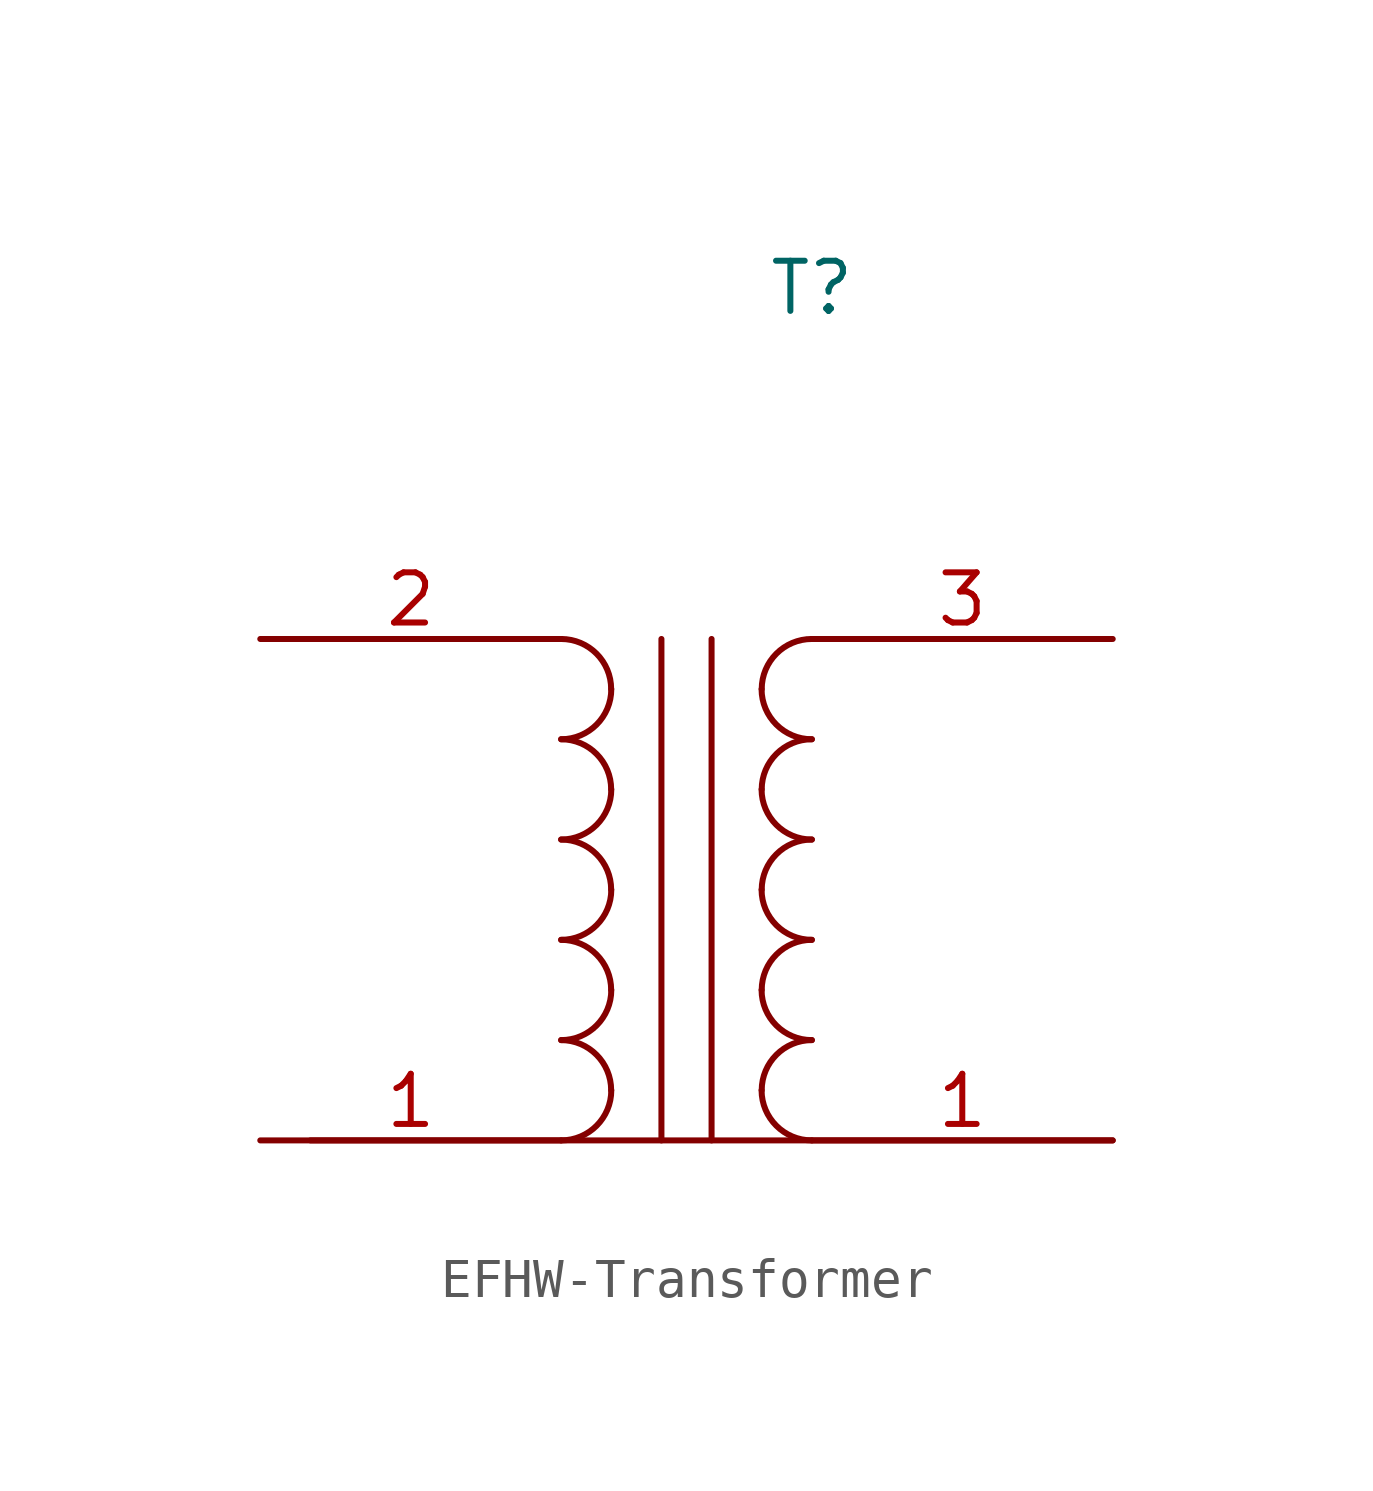
<source format=kicad_sym>
(kicad_symbol_lib
  (version 20231120)
  (generator "kicad_symbol_editor")
  (generator_version "8.0")
  (symbol "EFHW-Transformer"
    (pin_names hide)
    (property "Reference" "T"
      (at 0 0 0)
      (effects (font (size 1.27 1.27))))
    (property "Value" ""
      (at 0 0 0)
      (effects (font (size 1.27 1.27))))
    (symbol "EFHW-Transformer_0_1"
      (arc (start -6.3499 -21.5899) (mid -5.4519 -21.2179) (end -5.0799 -20.3199) (stroke (width 0) (type default)) (fill (type none)))
      (arc (start -6.3499 -19.0499) (mid -5.4519 -18.6779) (end -5.0799 -17.7799) (stroke (width 0) (type default)) (fill (type none)))
      (arc (start -6.3499 -16.5099) (mid -5.4519 -16.1379) (end -5.0799 -15.2399) (stroke (width 0) (type default)) (fill (type none)))
      (arc (start -6.3499 -13.9699) (mid -5.4519 -13.5979) (end -5.0799 -12.6999) (stroke (width 0) (type default)) (fill (type none)))
      (arc (start -6.35 -11.43) (mid -5.452 -11.058) (end -5.08 -10.16) (stroke (width 0) (type default)) (fill (type none)))
      (arc (start -5.0799 -20.3199) (mid -5.4519 -19.4219) (end -6.3499 -19.0499) (stroke (width 0) (type default)) (fill (type none)))
      (arc (start -5.0799 -17.7799) (mid -5.4519 -16.8819) (end -6.3499 -16.5099) (stroke (width 0) (type default)) (fill (type none)))
      (arc (start -5.0799 -15.2399) (mid -5.4519 -14.3419) (end -6.3499 -13.9699) (stroke (width 0) (type default)) (fill (type none)))
      (arc (start -5.0799 -12.6999) (mid -5.4519 -11.8019) (end -6.3499 -11.4299) (stroke (width 0) (type default)) (fill (type none)))
      (arc (start -5.08 -10.16) (mid -5.452 -9.262) (end -6.35 -8.89) (stroke (width 0) (type default)) (fill (type none)))
      (arc (start -1.2701 -20.3199) (mid -0.8981 -21.2179) (end -0.0001 -21.5899) (stroke (width 0) (type default)) (fill (type none)))
      (arc (start -1.2701 -17.7799) (mid -0.8981 -18.6779) (end -0.0001 -19.0499) (stroke (width 0) (type default)) (fill (type none)))
      (arc (start -1.2701 -15.2399) (mid -0.8981 -16.1379) (end -0.0001 -16.5099) (stroke (width 0) (type default)) (fill (type none)))
      (arc (start -1.2701 -12.6999) (mid -0.8981 -13.5979) (end -0.0001 -13.9699) (stroke (width 0) (type default)) (fill (type none)))
      (arc (start -1.27 -10.16) (mid -0.898 -11.058) (end 0 -11.43) (stroke (width 0) (type default)) (fill (type none)))
      (arc (start -0.0001 -19.0499) (mid -0.8981 -19.4219) (end -1.2701 -20.3199) (stroke (width 0) (type default)) (fill (type none)))
      (arc (start -0.0001 -16.5099) (mid -0.8981 -16.8819) (end -1.2701 -17.7799) (stroke (width 0) (type default)) (fill (type none)))
      (arc (start -0.0001 -13.9699) (mid -0.8981 -14.3419) (end -1.2701 -15.2399) (stroke (width 0) (type default)) (fill (type none)))
      (arc (start -0.0001 -11.4299) (mid -0.8981 -11.8019) (end -1.2701 -12.6999) (stroke (width 0) (type default)) (fill (type none)))
      (arc (start 0 -8.89) (mid -0.898 -9.262) (end -1.27 -10.16) (stroke (width 0) (type default)) (fill (type none)))
      (polyline (pts (xy -12.7 -21.59) (xy 7.62 -21.59)) (stroke (width 0) (type default)) (fill (type none)))
      (polyline (pts (xy -6.35 -8.89) (xy -12.7 -8.89)) (stroke (width 0) (type default)) (fill (type none)))
      (polyline (pts (xy -3.81 -21.59) (xy -3.81 -8.89)) (stroke (width 0) (type default)) (fill (type none)))
      (polyline (pts (xy -2.54 -21.59) (xy -2.54 -8.89)) (stroke (width 0) (type default)) (fill (type none)))
      (polyline (pts (xy 0 -8.89) (xy 6.35 -8.89)) (stroke (width 0) (type default)) (fill (type none))))
    (symbol "EFHW-Transformer_1_1"
      (pin passive line (at -13.97 -21.59 0) (length 7.62) (name "GND" (effects (font (size 1.27 1.27)))) (number "1" (effects (font (size 1.27 1.27)))))
      (pin passive line (at 7.62 -21.59 180) (length 7.62) (name "GND" (effects (font (size 1.27 1.27)))) (number "1" (effects (font (size 1.27 1.27)))))
      (pin passive line (at -13.97 -8.89 0) (length 7.62) (name "2" (effects (font (size 1.27 1.27)))) (number "2" (effects (font (size 1.27 1.27)))))
      (pin passive line (at 7.62 -8.89 180) (length 7.62) (name "3" (effects (font (size 1.27 1.27)))) (number "3" (effects (font (size 1.27 1.27))))))))
</source>
